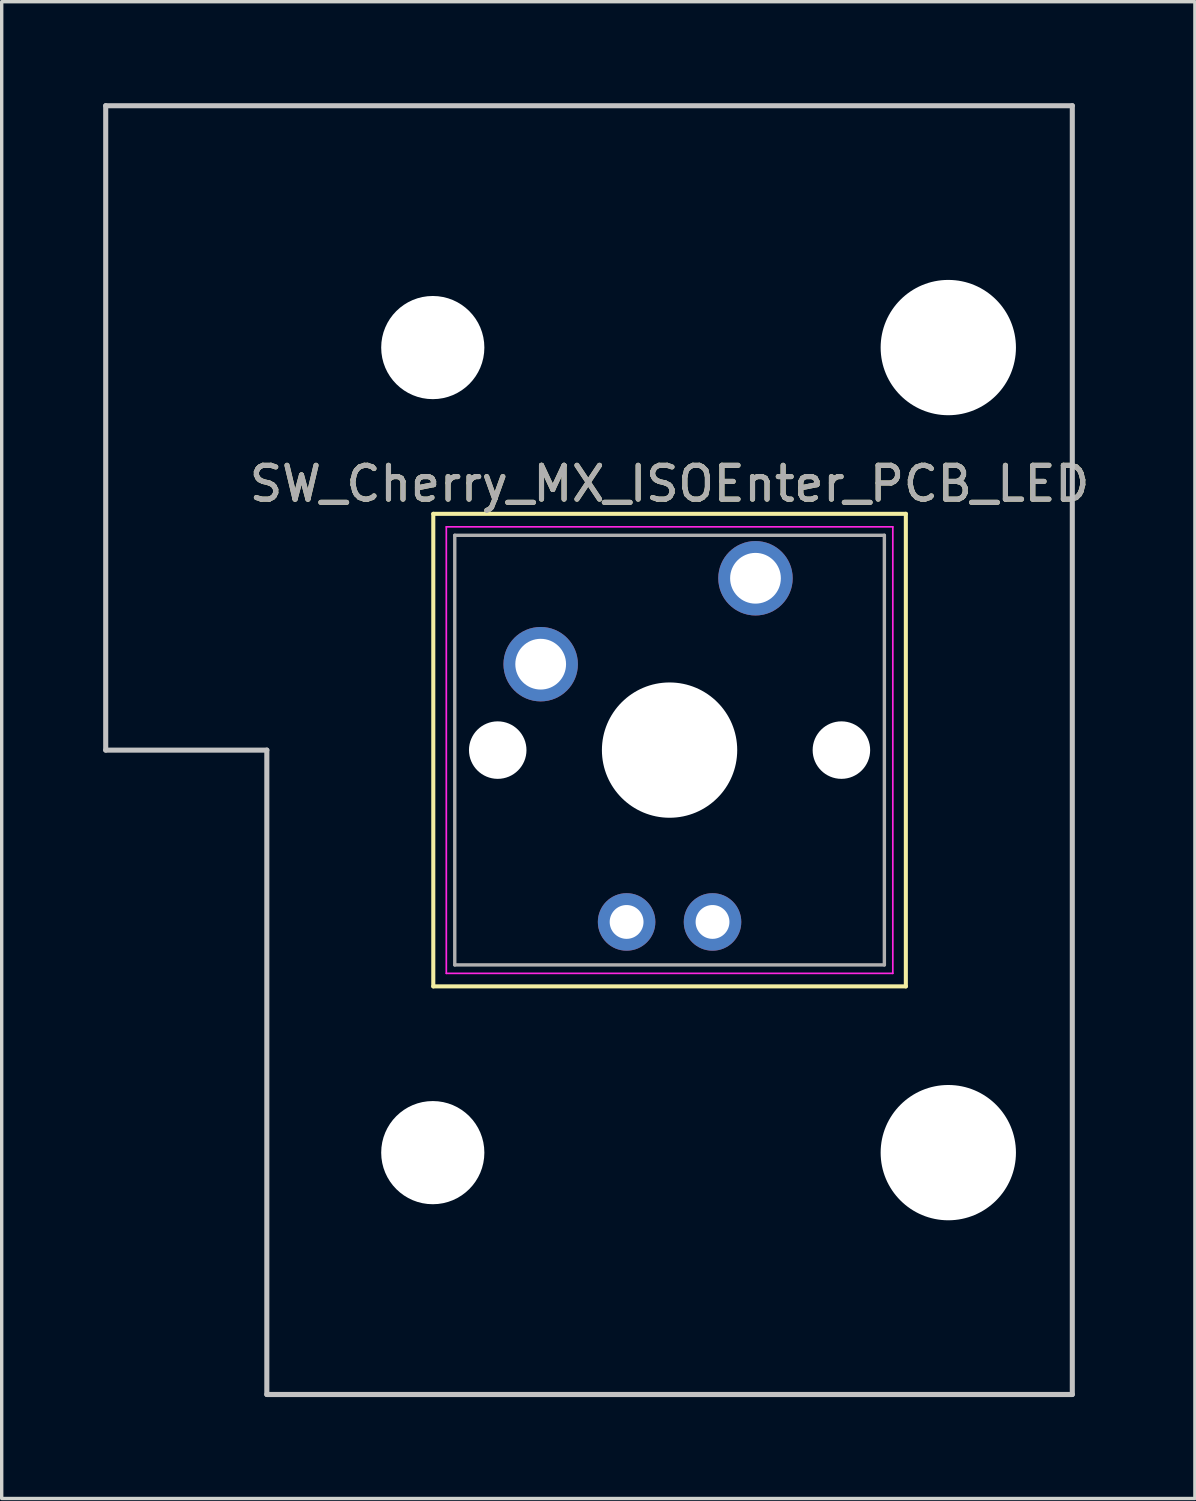
<source format=kicad_pcb>
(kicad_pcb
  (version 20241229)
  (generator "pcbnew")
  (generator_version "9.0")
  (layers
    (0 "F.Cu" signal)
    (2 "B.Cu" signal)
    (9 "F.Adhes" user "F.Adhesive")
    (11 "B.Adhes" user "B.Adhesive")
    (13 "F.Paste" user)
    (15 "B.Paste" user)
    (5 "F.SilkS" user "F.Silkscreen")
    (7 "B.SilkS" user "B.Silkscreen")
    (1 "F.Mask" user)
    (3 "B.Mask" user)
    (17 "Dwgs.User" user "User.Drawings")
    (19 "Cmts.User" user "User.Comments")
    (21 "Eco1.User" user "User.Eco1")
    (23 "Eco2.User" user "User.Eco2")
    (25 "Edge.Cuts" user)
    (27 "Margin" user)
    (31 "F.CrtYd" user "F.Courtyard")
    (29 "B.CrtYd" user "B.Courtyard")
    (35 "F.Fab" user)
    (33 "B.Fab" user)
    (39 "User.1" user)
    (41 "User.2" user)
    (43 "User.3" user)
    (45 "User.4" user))
  (footprint "SW_Cherry_MX_ISOEnter_PCB_LED"
    (layer "F.Cu")
    (at 19.284 14.045)
    (property "Reference" "SW_Cherry_MX_ISOEnter_PCB_LED" (at -2.54 -2.794 0) (layer "F.SilkS") (effects (font (size 1 1) (thickness 0.15))))
    (attr through_hole)
    (fp_line (start -9.525 -1.905) (end 4.445 -1.905) (stroke (width 0.12) (type solid)) (layer "F.SilkS"))
    (fp_line (start -9.525 12.065) (end -9.525 -1.905) (stroke (width 0.12) (type solid)) (layer "F.SilkS"))
    (fp_line (start 4.445 -1.905) (end 4.445 12.065) (stroke (width 0.12) (type solid)) (layer "F.SilkS"))
    (fp_line (start 4.445 12.065) (end -9.525 12.065) (stroke (width 0.12) (type solid)) (layer "F.SilkS"))
    (fp_line (start -19.209 -13.97) (end 9.366 -13.97) (stroke (width 0.15) (type solid)) (layer "Dwgs.User"))
    (fp_line (start -19.209 5.08) (end -19.209 -13.97) (stroke (width 0.15) (type solid)) (layer "Dwgs.User"))
    (fp_line (start -14.446 5.08) (end -19.209 5.08) (stroke (width 0.15) (type solid)) (layer "Dwgs.User"))
    (fp_line (start -14.446 24.13) (end -14.446 5.08) (stroke (width 0.15) (type solid)) (layer "Dwgs.User"))
    (fp_line (start 9.366 -13.97) (end 9.366 24.13) (stroke (width 0.15) (type solid)) (layer "Dwgs.User"))
    (fp_line (start 9.366 24.13) (end -14.446 24.13) (stroke (width 0.15) (type solid)) (layer "Dwgs.User"))
    (fp_line (start -9.14 -1.52) (end 4.06 -1.52) (stroke (width 0.05) (type solid)) (layer "F.CrtYd"))
    (fp_line (start -9.14 11.68) (end -9.14 -1.52) (stroke (width 0.05) (type solid)) (layer "F.CrtYd"))
    (fp_line (start 4.06 -1.52) (end 4.06 11.68) (stroke (width 0.05) (type solid)) (layer "F.CrtYd"))
    (fp_line (start 4.06 11.68) (end -9.14 11.68) (stroke (width 0.05) (type solid)) (layer "F.CrtYd"))
    (fp_line (start -8.89 -1.27) (end 3.81 -1.27) (stroke (width 0.1) (type solid)) (layer "F.Fab"))
    (fp_line (start -8.89 11.43) (end -8.89 -1.27) (stroke (width 0.1) (type solid)) (layer "F.Fab"))
    (fp_line (start 3.81 -1.27) (end 3.81 11.43) (stroke (width 0.1) (type solid)) (layer "F.Fab"))
    (fp_line (start 3.81 11.43) (end -8.89 11.43) (stroke (width 0.1) (type solid)) (layer "F.Fab"))
    (fp_text user "${REFERENCE}" (at -2.54 -2.794 0) (layer "F.Fab") (effects (font (size 1 1) (thickness 0.15))))
    (pad "" np_thru_hole circle (at -9.54 -6.82) (size 3.05 3.05) (drill 3.05) (layers "*.Cu" "*.Mask"))
    (pad "" np_thru_hole circle (at -9.54 16.98) (size 3.05 3.05) (drill 3.05) (layers "*.Cu" "*.Mask"))
    (pad "" np_thru_hole circle (at -7.62 5.08) (size 1.7 1.7) (drill 1.7) (layers "*.Cu" "*.Mask"))
    (pad "" np_thru_hole circle (at -2.54 5.08) (size 4 4) (drill 4) (layers "*.Cu" "*.Mask"))
    (pad "" np_thru_hole circle (at 2.54 5.08) (size 1.7 1.7) (drill 1.7) (layers "*.Cu" "*.Mask"))
    (pad "" np_thru_hole circle (at 5.7 -6.82) (size 4 4) (drill 4) (layers "*.Cu" "*.Mask"))
    (pad "" np_thru_hole circle (at 5.7 16.98) (size 4 4) (drill 4) (layers "*.Cu" "*.Mask"))
    (pad "1" thru_hole circle (at 0 0) (size 2.2 2.2) (drill 1.5) (layers "*.Cu" "*.Mask"))
    (pad "2" thru_hole circle (at -6.35 2.54) (size 2.2 2.2) (drill 1.5) (layers "*.Cu" "*.Mask"))
    (pad "3" thru_hole circle (at -1.27 10.16) (size 1.7 1.7) (drill 1) (layers "*.Cu" "*.Mask"))
    (pad "4" thru_hole circle (at -3.81 10.16) (size 1.7 1.7) (drill 1) (layers "*.Cu" "*.Mask")))
  (gr_rect
    (start -3 -3)
    (end 32.274 41.25)
    (stroke (width 0.1) (type default))
    (fill no)
    (layer "Edge.Cuts")))
</source>
